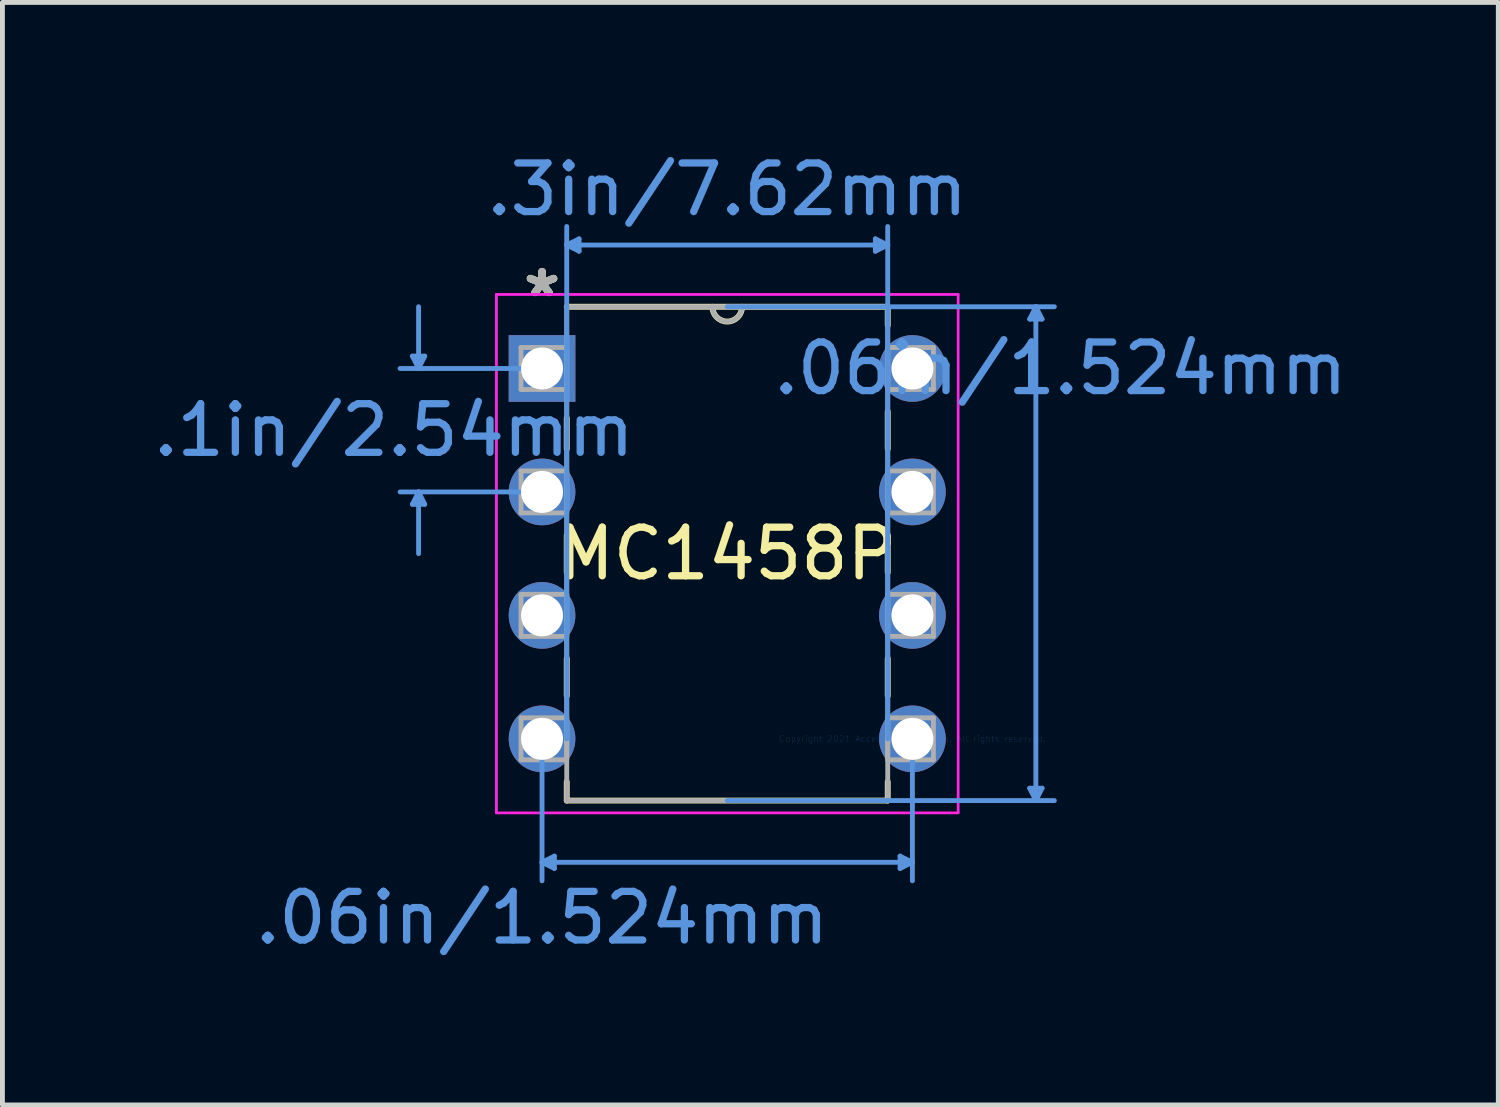
<source format=kicad_pcb>
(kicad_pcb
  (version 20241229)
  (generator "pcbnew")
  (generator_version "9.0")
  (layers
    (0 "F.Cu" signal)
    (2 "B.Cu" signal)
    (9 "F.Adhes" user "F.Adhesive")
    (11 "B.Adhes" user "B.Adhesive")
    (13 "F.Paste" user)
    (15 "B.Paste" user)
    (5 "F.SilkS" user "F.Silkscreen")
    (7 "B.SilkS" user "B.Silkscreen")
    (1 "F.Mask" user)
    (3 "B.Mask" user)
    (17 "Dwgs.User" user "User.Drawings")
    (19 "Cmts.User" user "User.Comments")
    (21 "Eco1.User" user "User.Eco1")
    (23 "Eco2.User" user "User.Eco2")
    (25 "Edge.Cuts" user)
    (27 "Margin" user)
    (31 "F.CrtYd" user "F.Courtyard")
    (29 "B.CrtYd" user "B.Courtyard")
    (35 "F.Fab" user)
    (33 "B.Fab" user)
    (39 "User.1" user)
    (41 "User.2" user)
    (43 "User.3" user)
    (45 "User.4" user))
  (footprint "MC1458P"
    (layer "F.Cu")
    (at 15.722 12.151)
    (property "Reference" "MC1458P" (at -3.81 -3.81 0) (layer "F.SilkS") (effects (font (size 1 1) (thickness 0.15))))
    (attr through_hole)
    (fp_line (start -7.112 -6.601) (end -7.112 -5.963) (stroke (width 0.12) (type solid)) (layer "F.SilkS"))
    (fp_line (start -7.112 -4.197) (end -7.112 -3.423) (stroke (width 0.12) (type solid)) (layer "F.SilkS"))
    (fp_line (start -7.112 -1.657) (end -7.112 -0.883) (stroke (width 0.12) (type solid)) (layer "F.SilkS"))
    (fp_line (start -7.112 0.883) (end -7.112 1.27) (stroke (width 0.12) (type solid)) (layer "F.SilkS"))
    (fp_line (start -7.112 1.27) (end -0.508 1.27) (stroke (width 0.12) (type solid)) (layer "F.SilkS"))
    (fp_line (start -0.508 -8.89) (end -7.112 -8.89) (stroke (width 0.12) (type solid)) (layer "F.SilkS"))
    (fp_line (start -0.508 -8.503) (end -0.508 -8.89) (stroke (width 0.12) (type solid)) (layer "F.SilkS"))
    (fp_line (start -0.508 -5.963) (end -0.508 -6.737) (stroke (width 0.12) (type solid)) (layer "F.SilkS"))
    (fp_line (start -0.508 -3.423) (end -0.508 -4.197) (stroke (width 0.12) (type solid)) (layer "F.SilkS"))
    (fp_line (start -0.508 -0.883) (end -0.508 -1.657) (stroke (width 0.12) (type solid)) (layer "F.SilkS"))
    (fp_line (start -0.508 1.27) (end -0.508 0.883) (stroke (width 0.12) (type solid)) (layer "F.SilkS"))
    (fp_arc (start -3.5052 -8.89) (mid -3.81 -8.5852) (end -4.1148 -8.89) (stroke (width 0.12) (type solid)) (layer "F.SilkS"))
    (fp_line (start -10.287 -7.874) (end -10.033 -7.874) (stroke (width 0.1) (type solid)) (layer "Cmts.User"))
    (fp_line (start -10.287 -4.826) (end -10.033 -4.826) (stroke (width 0.1) (type solid)) (layer "Cmts.User"))
    (fp_line (start -10.16 -7.62) (end -10.287 -7.874) (stroke (width 0.1) (type solid)) (layer "Cmts.User"))
    (fp_line (start -10.16 -7.62) (end -10.16 -8.89) (stroke (width 0.1) (type solid)) (layer "Cmts.User"))
    (fp_line (start -10.16 -7.62) (end -10.033 -7.874) (stroke (width 0.1) (type solid)) (layer "Cmts.User"))
    (fp_line (start -10.16 -5.08) (end -10.287 -4.826) (stroke (width 0.1) (type solid)) (layer "Cmts.User"))
    (fp_line (start -10.16 -5.08) (end -10.16 -3.81) (stroke (width 0.1) (type solid)) (layer "Cmts.User"))
    (fp_line (start -10.16 -5.08) (end -10.033 -4.826) (stroke (width 0.1) (type solid)) (layer "Cmts.User"))
    (fp_line (start -7.62 -7.62) (end -10.541 -7.62) (stroke (width 0.1) (type solid)) (layer "Cmts.User"))
    (fp_line (start -7.62 -5.08) (end -10.541 -5.08) (stroke (width 0.1) (type solid)) (layer "Cmts.User"))
    (fp_line (start -7.62 0) (end -7.62 2.921) (stroke (width 0.1) (type solid)) (layer "Cmts.User"))
    (fp_line (start -7.62 2.54) (end -7.366 2.413) (stroke (width 0.1) (type solid)) (layer "Cmts.User"))
    (fp_line (start -7.62 2.54) (end -7.366 2.667) (stroke (width 0.1) (type solid)) (layer "Cmts.User"))
    (fp_line (start -7.62 2.54) (end 0 2.54) (stroke (width 0.1) (type solid)) (layer "Cmts.User"))
    (fp_line (start -7.366 2.413) (end -7.366 2.667) (stroke (width 0.1) (type solid)) (layer "Cmts.User"))
    (fp_line (start -7.112 -10.16) (end -6.858 -10.287) (stroke (width 0.1) (type solid)) (layer "Cmts.User"))
    (fp_line (start -7.112 -10.16) (end -6.858 -10.033) (stroke (width 0.1) (type solid)) (layer "Cmts.User"))
    (fp_line (start -7.112 -10.16) (end -0.508 -10.16) (stroke (width 0.1) (type solid)) (layer "Cmts.User"))
    (fp_line (start -7.112 0) (end -7.112 -10.541) (stroke (width 0.1) (type solid)) (layer "Cmts.User"))
    (fp_line (start -6.858 -10.287) (end -6.858 -10.033) (stroke (width 0.1) (type solid)) (layer "Cmts.User"))
    (fp_line (start -3.81 -8.89) (end 2.921 -8.89) (stroke (width 0.1) (type solid)) (layer "Cmts.User"))
    (fp_line (start -3.81 1.27) (end 2.921 1.27) (stroke (width 0.1) (type solid)) (layer "Cmts.User"))
    (fp_line (start -0.762 -10.287) (end -0.762 -10.033) (stroke (width 0.1) (type solid)) (layer "Cmts.User"))
    (fp_line (start -0.508 -10.16) (end -0.762 -10.287) (stroke (width 0.1) (type solid)) (layer "Cmts.User"))
    (fp_line (start -0.508 -10.16) (end -0.762 -10.033) (stroke (width 0.1) (type solid)) (layer "Cmts.User"))
    (fp_line (start -0.508 0) (end -0.508 -10.541) (stroke (width 0.1) (type solid)) (layer "Cmts.User"))
    (fp_line (start -0.254 2.413) (end -0.254 2.667) (stroke (width 0.1) (type solid)) (layer "Cmts.User"))
    (fp_line (start 0 0) (end 0 2.921) (stroke (width 0.1) (type solid)) (layer "Cmts.User"))
    (fp_line (start 0 2.54) (end -0.254 2.413) (stroke (width 0.1) (type solid)) (layer "Cmts.User"))
    (fp_line (start 0 2.54) (end -0.254 2.667) (stroke (width 0.1) (type solid)) (layer "Cmts.User"))
    (fp_line (start 2.413 -8.636) (end 2.667 -8.636) (stroke (width 0.1) (type solid)) (layer "Cmts.User"))
    (fp_line (start 2.413 1.016) (end 2.667 1.016) (stroke (width 0.1) (type solid)) (layer "Cmts.User"))
    (fp_line (start 2.54 -8.89) (end 2.413 -8.636) (stroke (width 0.1) (type solid)) (layer "Cmts.User"))
    (fp_line (start 2.54 -8.89) (end 2.54 1.27) (stroke (width 0.1) (type solid)) (layer "Cmts.User"))
    (fp_line (start 2.54 -8.89) (end 2.667 -8.636) (stroke (width 0.1) (type solid)) (layer "Cmts.User"))
    (fp_line (start 2.54 1.27) (end 2.413 1.016) (stroke (width 0.1) (type solid)) (layer "Cmts.User"))
    (fp_line (start 2.54 1.27) (end 2.667 1.016) (stroke (width 0.1) (type solid)) (layer "Cmts.User"))
    (fp_line (start -8.56 -9.144) (end -8.56 1.524) (stroke (width 0.05) (type solid)) (layer "F.CrtYd"))
    (fp_line (start -8.56 -9.144) (end 0.94 -9.144) (stroke (width 0.05) (type solid)) (layer "F.CrtYd"))
    (fp_line (start -8.56 1.524) (end -8.56 -9.144) (stroke (width 0.05) (type solid)) (layer "F.CrtYd"))
    (fp_line (start -8.56 1.524) (end 0.94 1.524) (stroke (width 0.05) (type solid)) (layer "F.CrtYd"))
    (fp_line (start 0.94 -9.144) (end -8.56 -9.144) (stroke (width 0.05) (type solid)) (layer "F.CrtYd"))
    (fp_line (start 0.94 -9.144) (end 0.94 1.524) (stroke (width 0.05) (type solid)) (layer "F.CrtYd"))
    (fp_line (start 0.94 1.524) (end -8.56 1.524) (stroke (width 0.05) (type solid)) (layer "F.CrtYd"))
    (fp_line (start 0.94 1.524) (end 0.94 -9.144) (stroke (width 0.05) (type solid)) (layer "F.CrtYd"))
    (fp_line (start -8.052 -8.052) (end -8.052 -7.188) (stroke (width 0.1) (type solid)) (layer "F.Fab"))
    (fp_line (start -8.052 -7.188) (end -7.112 -7.188) (stroke (width 0.1) (type solid)) (layer "F.Fab"))
    (fp_line (start -8.052 -5.512) (end -8.052 -4.648) (stroke (width 0.1) (type solid)) (layer "F.Fab"))
    (fp_line (start -8.052 -4.648) (end -7.112 -4.648) (stroke (width 0.1) (type solid)) (layer "F.Fab"))
    (fp_line (start -8.052 -2.972) (end -8.052 -2.108) (stroke (width 0.1) (type solid)) (layer "F.Fab"))
    (fp_line (start -8.052 -2.108) (end -7.112 -2.108) (stroke (width 0.1) (type solid)) (layer "F.Fab"))
    (fp_line (start -8.052 -0.432) (end -8.052 0.432) (stroke (width 0.1) (type solid)) (layer "F.Fab"))
    (fp_line (start -8.052 0.432) (end -7.112 0.432) (stroke (width 0.1) (type solid)) (layer "F.Fab"))
    (fp_line (start -7.112 -8.89) (end -7.112 1.27) (stroke (width 0.1) (type solid)) (layer "F.Fab"))
    (fp_line (start -7.112 -8.052) (end -8.052 -8.052) (stroke (width 0.1) (type solid)) (layer "F.Fab"))
    (fp_line (start -7.112 -7.188) (end -7.112 -8.052) (stroke (width 0.1) (type solid)) (layer "F.Fab"))
    (fp_line (start -7.112 -5.512) (end -8.052 -5.512) (stroke (width 0.1) (type solid)) (layer "F.Fab"))
    (fp_line (start -7.112 -4.648) (end -7.112 -5.512) (stroke (width 0.1) (type solid)) (layer "F.Fab"))
    (fp_line (start -7.112 -2.972) (end -8.052 -2.972) (stroke (width 0.1) (type solid)) (layer "F.Fab"))
    (fp_line (start -7.112 -2.108) (end -7.112 -2.972) (stroke (width 0.1) (type solid)) (layer "F.Fab"))
    (fp_line (start -7.112 -0.432) (end -8.052 -0.432) (stroke (width 0.1) (type solid)) (layer "F.Fab"))
    (fp_line (start -7.112 0.432) (end -7.112 -0.432) (stroke (width 0.1) (type solid)) (layer "F.Fab"))
    (fp_line (start -7.112 1.27) (end -0.508 1.27) (stroke (width 0.1) (type solid)) (layer "F.Fab"))
    (fp_line (start -0.508 -8.89) (end -7.112 -8.89) (stroke (width 0.1) (type solid)) (layer "F.Fab"))
    (fp_line (start -0.508 -8.052) (end -0.508 -7.188) (stroke (width 0.1) (type solid)) (layer "F.Fab"))
    (fp_line (start -0.508 -7.188) (end 0.432 -7.188) (stroke (width 0.1) (type solid)) (layer "F.Fab"))
    (fp_line (start -0.508 -5.512) (end -0.508 -4.648) (stroke (width 0.1) (type solid)) (layer "F.Fab"))
    (fp_line (start -0.508 -4.648) (end 0.432 -4.648) (stroke (width 0.1) (type solid)) (layer "F.Fab"))
    (fp_line (start -0.508 -2.972) (end -0.508 -2.108) (stroke (width 0.1) (type solid)) (layer "F.Fab"))
    (fp_line (start -0.508 -2.108) (end 0.432 -2.108) (stroke (width 0.1) (type solid)) (layer "F.Fab"))
    (fp_line (start -0.508 -0.432) (end -0.508 0.432) (stroke (width 0.1) (type solid)) (layer "F.Fab"))
    (fp_line (start -0.508 0.432) (end 0.432 0.432) (stroke (width 0.1) (type solid)) (layer "F.Fab"))
    (fp_line (start -0.508 1.27) (end -0.508 -8.89) (stroke (width 0.1) (type solid)) (layer "F.Fab"))
    (fp_line (start 0.432 -8.052) (end -0.508 -8.052) (stroke (width 0.1) (type solid)) (layer "F.Fab"))
    (fp_line (start 0.432 -7.188) (end 0.432 -8.052) (stroke (width 0.1) (type solid)) (layer "F.Fab"))
    (fp_line (start 0.432 -5.512) (end -0.508 -5.512) (stroke (width 0.1) (type solid)) (layer "F.Fab"))
    (fp_line (start 0.432 -4.648) (end 0.432 -5.512) (stroke (width 0.1) (type solid)) (layer "F.Fab"))
    (fp_line (start 0.432 -2.972) (end -0.508 -2.972) (stroke (width 0.1) (type solid)) (layer "F.Fab"))
    (fp_line (start 0.432 -2.108) (end 0.432 -2.972) (stroke (width 0.1) (type solid)) (layer "F.Fab"))
    (fp_line (start 0.432 -0.432) (end -0.508 -0.432) (stroke (width 0.1) (type solid)) (layer "F.Fab"))
    (fp_line (start 0.432 0.432) (end 0.432 -0.432) (stroke (width 0.1) (type solid)) (layer "F.Fab"))
    (fp_arc (start -3.5052 -8.89) (mid -3.81 -8.5852) (end -4.1148 -8.89) (stroke (width 0.1) (type solid)) (layer "F.Fab"))
    (fp_text user "*" (at -7.62 -9.068 0) (layer "F.SilkS") (effects (font (size 1 1) (thickness 0.15))))
    (fp_text user "*" (at -7.62 -9.068 0) (layer "F.SilkS") (effects (font (size 1 1) (thickness 0.15))))
    (fp_text user ".06in/1.524mm" (at 3.048 -7.62 0) (layer "Cmts.User") (effects (font (size 1 1) (thickness 0.15))))
    (fp_text user ".3in/7.62mm" (at -3.81 -11.303 0) (layer "Cmts.User") (effects (font (size 1 1) (thickness 0.15))))
    (fp_text user "Copyright 2021 Accelerated Designs. All rights reserved." (at 0 0 0) (layer "Cmts.User") (effects (font (size 0.127 0.127) (thickness 0.002))))
    (fp_text user ".06in/1.524mm" (at -7.62 3.683 0) (layer "Cmts.User") (effects (font (size 1 1) (thickness 0.15))))
    (fp_text user ".1in/2.54mm" (at -10.668 -6.35 0) (layer "Cmts.User") (effects (font (size 1 1) (thickness 0.15))))
    (fp_text user "*" (at -7.62 -9.068 0) (layer "F.Fab") (effects (font (size 1 1) (thickness 0.15))))
    (fp_text user "*" (at -7.62 -9.068 0) (layer "F.Fab") (effects (font (size 1 1) (thickness 0.15))))
    (pad "1" thru_hole rect (at -7.62 -7.62) (size 1.372 1.372) (drill 0.864) (layers "*.Cu" "*.Mask"))
    (pad "2" thru_hole circle (at -7.62 -5.08) (size 1.372 1.372) (drill 0.864) (layers "*.Cu" "*.Mask"))
    (pad "3" thru_hole circle (at -7.62 -2.54) (size 1.372 1.372) (drill 0.864) (layers "*.Cu" "*.Mask"))
    (pad "4" thru_hole circle (at -7.62 0) (size 1.372 1.372) (drill 0.864) (layers "*.Cu" "*.Mask"))
    (pad "5" thru_hole circle (at 0 0) (size 1.372 1.372) (drill 0.864) (layers "*.Cu" "*.Mask"))
    (pad "6" thru_hole circle (at 0 -2.54) (size 1.372 1.372) (drill 0.864) (layers "*.Cu" "*.Mask"))
    (pad "7" thru_hole circle (at 0 -5.08) (size 1.372 1.372) (drill 0.864) (layers "*.Cu" "*.Mask"))
    (pad "8" thru_hole circle (at 0 -7.62) (size 1.372 1.372) (drill 0.864) (layers "*.Cu" "*.Mask")))
  (gr_rect
    (start -3 -3)
    (end 27.776 19.683)
    (stroke (width 0.1) (type default))
    (fill no)
    (layer "Edge.Cuts")))
</source>
